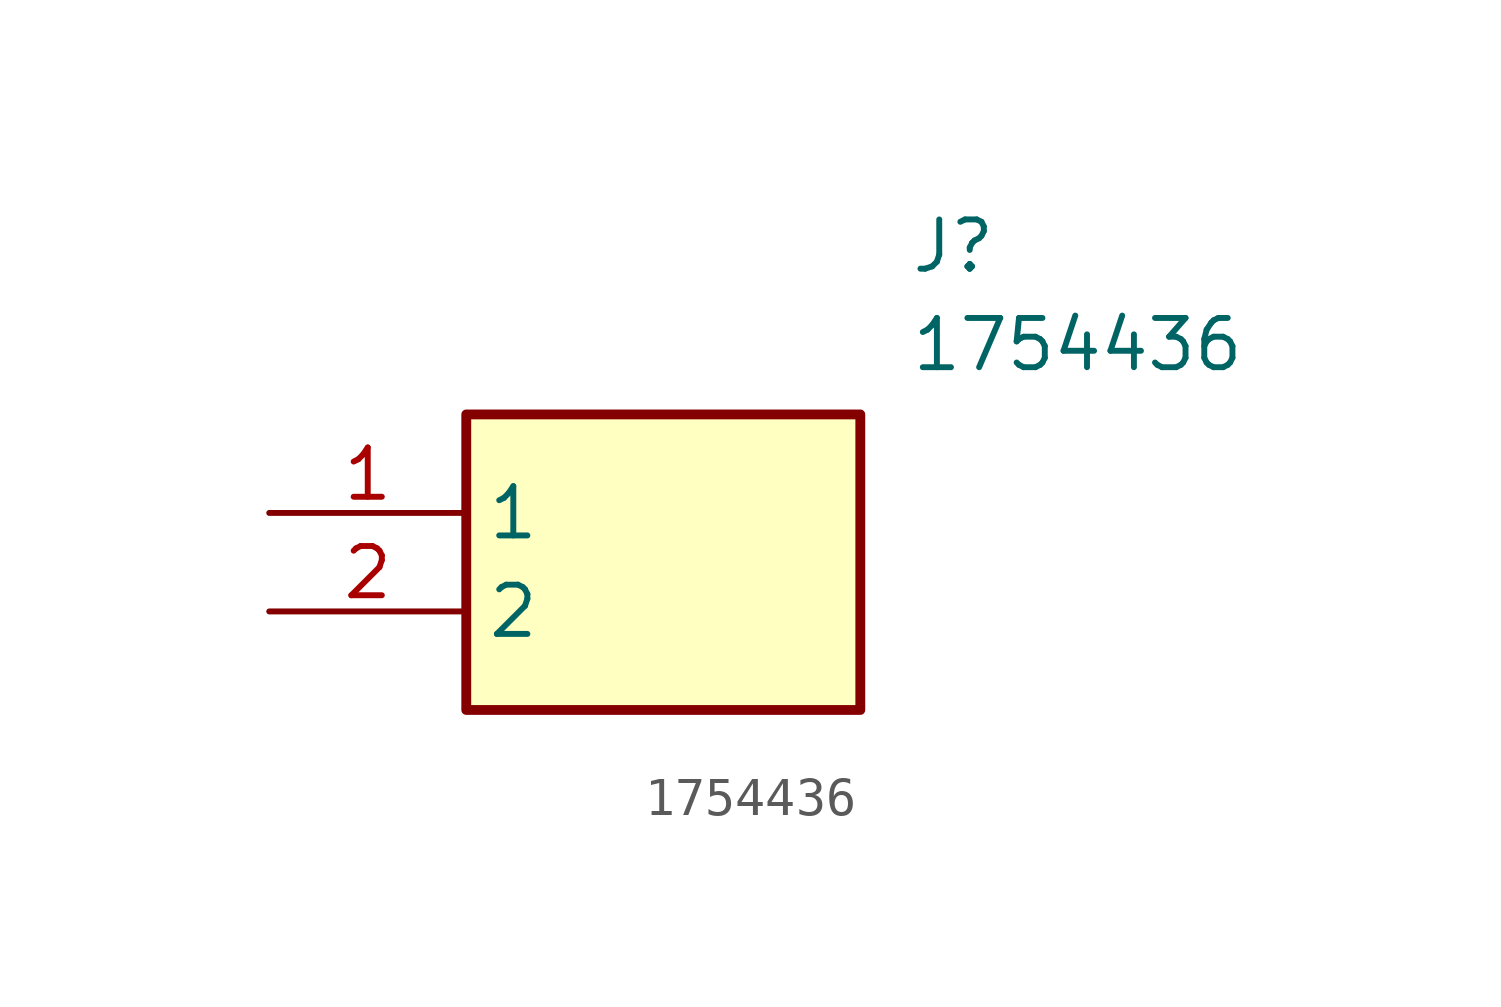
<source format=kicad_sym>
(kicad_symbol_lib
  (version 20211014)
  (generator SamacSys_ECAD_Model)
  (symbol "1754436"
    (property "Reference" "J"
      (at 16.51 7.62 0)
      (effects (font (size 1.27 1.27)) (justify left top)))
    (property "Value" "1754436"
      (at 16.51 5.08 0)
      (effects (font (size 1.27 1.27)) (justify left top)))
    (rectangle
      (start 5.08 2.54)
      (end 15.24 -5.08)
      (stroke (width 0.254) (type default))
      (fill (type background)))
    (pin passive line
      (at 0 0 0)
      (length 5.08)
      (name "1" (effects (font (size 1.27 1.27))))
      (number "1" (effects (font (size 1.27 1.27)))))
    (pin passive line
      (at 0 -2.54 0)
      (length 5.08)
      (name "2" (effects (font (size 1.27 1.27))))
      (number "2" (effects (font (size 1.27 1.27)))))))
</source>
